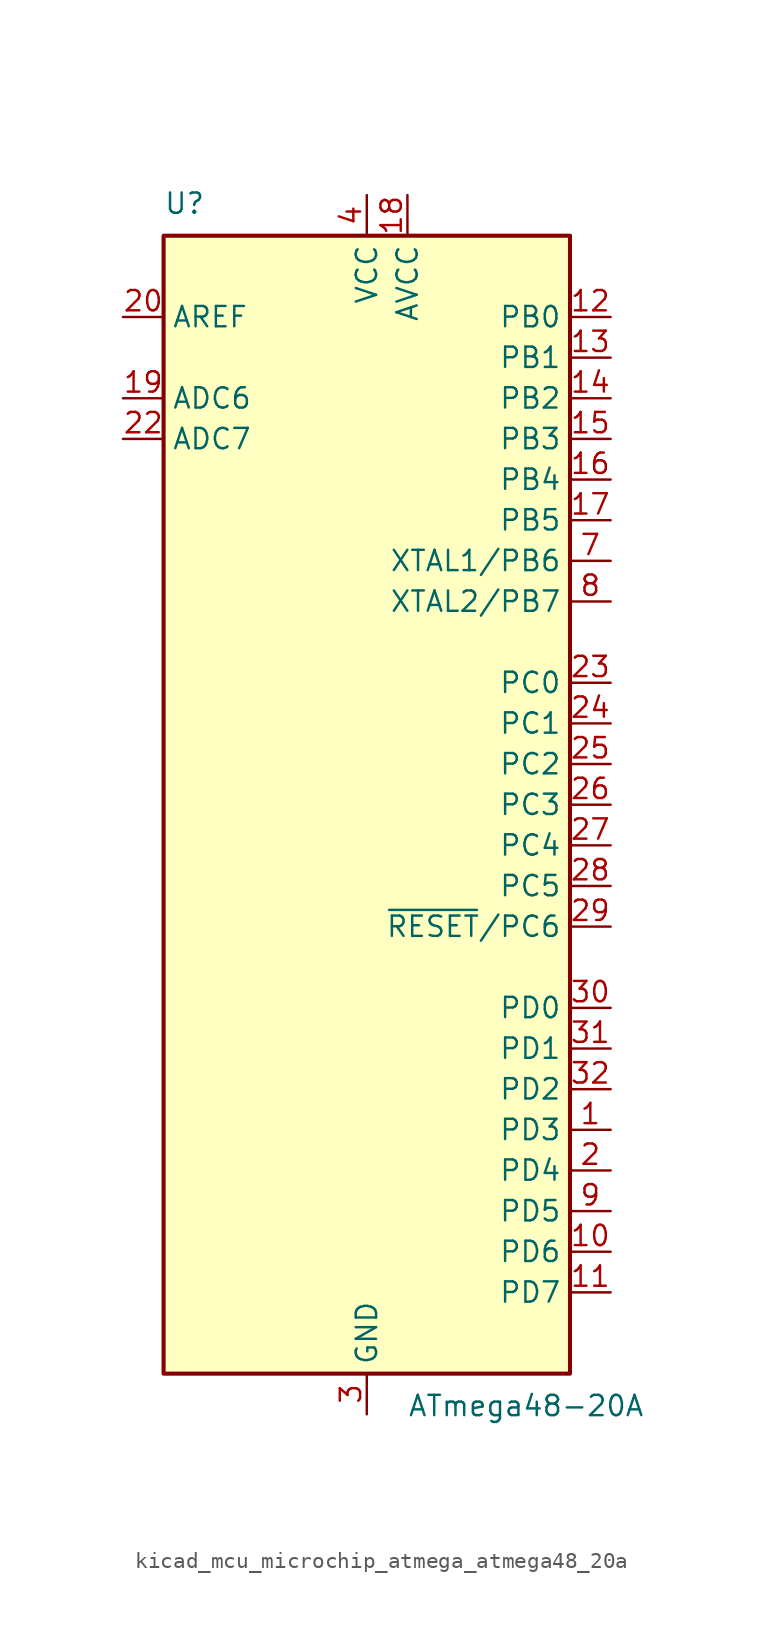
<source format=kicad_sym>
(kicad_symbol_lib
  (version 20220914)
  (generator kicad_symbol_editor)
  (symbol "kicad_mcu_microchip_atmega_atmega48_20a"
    (property "Reference" "U"
      (at -12.7 36.83 0)
      (effects (font (size 1.27 1.27)) (justify left bottom)))
    (property "Value" "ATmega48-20A"
      (at 2.54 -36.83 0)
      (effects (font (size 1.27 1.27)) (justify left top)))
    (symbol "kicad_mcu_microchip_atmega_atmega48_20a_0_1"
      (rectangle (start -12.7 -35.56) (end 12.7 35.56) (stroke (width 0.254) (type default)) (fill (type background))))
    (symbol "kicad_mcu_microchip_atmega_atmega48_20a_1_1"
      (pin bidirectional line (at 15.24 -20.32 180) (length 2.54) (name "PD3" (effects (font (size 1.27 1.27)))) (number "1" (effects (font (size 1.27 1.27)))))
      (pin bidirectional line (at 15.24 -27.94 180) (length 2.54) (name "PD6" (effects (font (size 1.27 1.27)))) (number "10" (effects (font (size 1.27 1.27)))))
      (pin bidirectional line (at 15.24 -30.48 180) (length 2.54) (name "PD7" (effects (font (size 1.27 1.27)))) (number "11" (effects (font (size 1.27 1.27)))))
      (pin bidirectional line (at 15.24 30.48 180) (length 2.54) (name "PB0" (effects (font (size 1.27 1.27)))) (number "12" (effects (font (size 1.27 1.27)))))
      (pin bidirectional line (at 15.24 27.94 180) (length 2.54) (name "PB1" (effects (font (size 1.27 1.27)))) (number "13" (effects (font (size 1.27 1.27)))))
      (pin bidirectional line (at 15.24 25.4 180) (length 2.54) (name "PB2" (effects (font (size 1.27 1.27)))) (number "14" (effects (font (size 1.27 1.27)))))
      (pin bidirectional line (at 15.24 22.86 180) (length 2.54) (name "PB3" (effects (font (size 1.27 1.27)))) (number "15" (effects (font (size 1.27 1.27)))))
      (pin bidirectional line (at 15.24 20.32 180) (length 2.54) (name "PB4" (effects (font (size 1.27 1.27)))) (number "16" (effects (font (size 1.27 1.27)))))
      (pin bidirectional line (at 15.24 17.78 180) (length 2.54) (name "PB5" (effects (font (size 1.27 1.27)))) (number "17" (effects (font (size 1.27 1.27)))))
      (pin power_in line (at 2.54 38.1 270) (length 2.54) (name "AVCC" (effects (font (size 1.27 1.27)))) (number "18" (effects (font (size 1.27 1.27)))))
      (pin input line (at -15.24 25.4 0) (length 2.54) (name "ADC6" (effects (font (size 1.27 1.27)))) (number "19" (effects (font (size 1.27 1.27)))))
      (pin bidirectional line (at 15.24 -22.86 180) (length 2.54) (name "PD4" (effects (font (size 1.27 1.27)))) (number "2" (effects (font (size 1.27 1.27)))))
      (pin passive line (at -15.24 30.48 0) (length 2.54) (name "AREF" (effects (font (size 1.27 1.27)))) (number "20" (effects (font (size 1.27 1.27)))))
      (pin passive line (at 0 -38.1 90) (length 2.54) hide (name "GND" (effects (font (size 1.27 1.27)))) (number "21" (effects (font (size 1.27 1.27)))))
      (pin input line (at -15.24 22.86 0) (length 2.54) (name "ADC7" (effects (font (size 1.27 1.27)))) (number "22" (effects (font (size 1.27 1.27)))))
      (pin bidirectional line (at 15.24 7.62 180) (length 2.54) (name "PC0" (effects (font (size 1.27 1.27)))) (number "23" (effects (font (size 1.27 1.27)))))
      (pin bidirectional line (at 15.24 5.08 180) (length 2.54) (name "PC1" (effects (font (size 1.27 1.27)))) (number "24" (effects (font (size 1.27 1.27)))))
      (pin bidirectional line (at 15.24 2.54 180) (length 2.54) (name "PC2" (effects (font (size 1.27 1.27)))) (number "25" (effects (font (size 1.27 1.27)))))
      (pin bidirectional line (at 15.24 0 180) (length 2.54) (name "PC3" (effects (font (size 1.27 1.27)))) (number "26" (effects (font (size 1.27 1.27)))))
      (pin bidirectional line (at 15.24 -2.54 180) (length 2.54) (name "PC4" (effects (font (size 1.27 1.27)))) (number "27" (effects (font (size 1.27 1.27)))))
      (pin bidirectional line (at 15.24 -5.08 180) (length 2.54) (name "PC5" (effects (font (size 1.27 1.27)))) (number "28" (effects (font (size 1.27 1.27)))))
      (pin bidirectional line (at 15.24 -7.62 180) (length 2.54) (name "~{RESET}/PC6" (effects (font (size 1.27 1.27)))) (number "29" (effects (font (size 1.27 1.27)))))
      (pin power_in line (at 0 -38.1 90) (length 2.54) (name "GND" (effects (font (size 1.27 1.27)))) (number "3" (effects (font (size 1.27 1.27)))))
      (pin bidirectional line (at 15.24 -12.7 180) (length 2.54) (name "PD0" (effects (font (size 1.27 1.27)))) (number "30" (effects (font (size 1.27 1.27)))))
      (pin bidirectional line (at 15.24 -15.24 180) (length 2.54) (name "PD1" (effects (font (size 1.27 1.27)))) (number "31" (effects (font (size 1.27 1.27)))))
      (pin bidirectional line (at 15.24 -17.78 180) (length 2.54) (name "PD2" (effects (font (size 1.27 1.27)))) (number "32" (effects (font (size 1.27 1.27)))))
      (pin power_in line (at 0 38.1 270) (length 2.54) (name "VCC" (effects (font (size 1.27 1.27)))) (number "4" (effects (font (size 1.27 1.27)))))
      (pin passive line (at 0 -38.1 90) (length 2.54) hide (name "GND" (effects (font (size 1.27 1.27)))) (number "5" (effects (font (size 1.27 1.27)))))
      (pin passive line (at 0 38.1 270) (length 2.54) hide (name "VCC" (effects (font (size 1.27 1.27)))) (number "6" (effects (font (size 1.27 1.27)))))
      (pin bidirectional line (at 15.24 15.24 180) (length 2.54) (name "XTAL1/PB6" (effects (font (size 1.27 1.27)))) (number "7" (effects (font (size 1.27 1.27)))))
      (pin bidirectional line (at 15.24 12.7 180) (length 2.54) (name "XTAL2/PB7" (effects (font (size 1.27 1.27)))) (number "8" (effects (font (size 1.27 1.27)))))
      (pin bidirectional line (at 15.24 -25.4 180) (length 2.54) (name "PD5" (effects (font (size 1.27 1.27)))) (number "9" (effects (font (size 1.27 1.27))))))))
</source>
